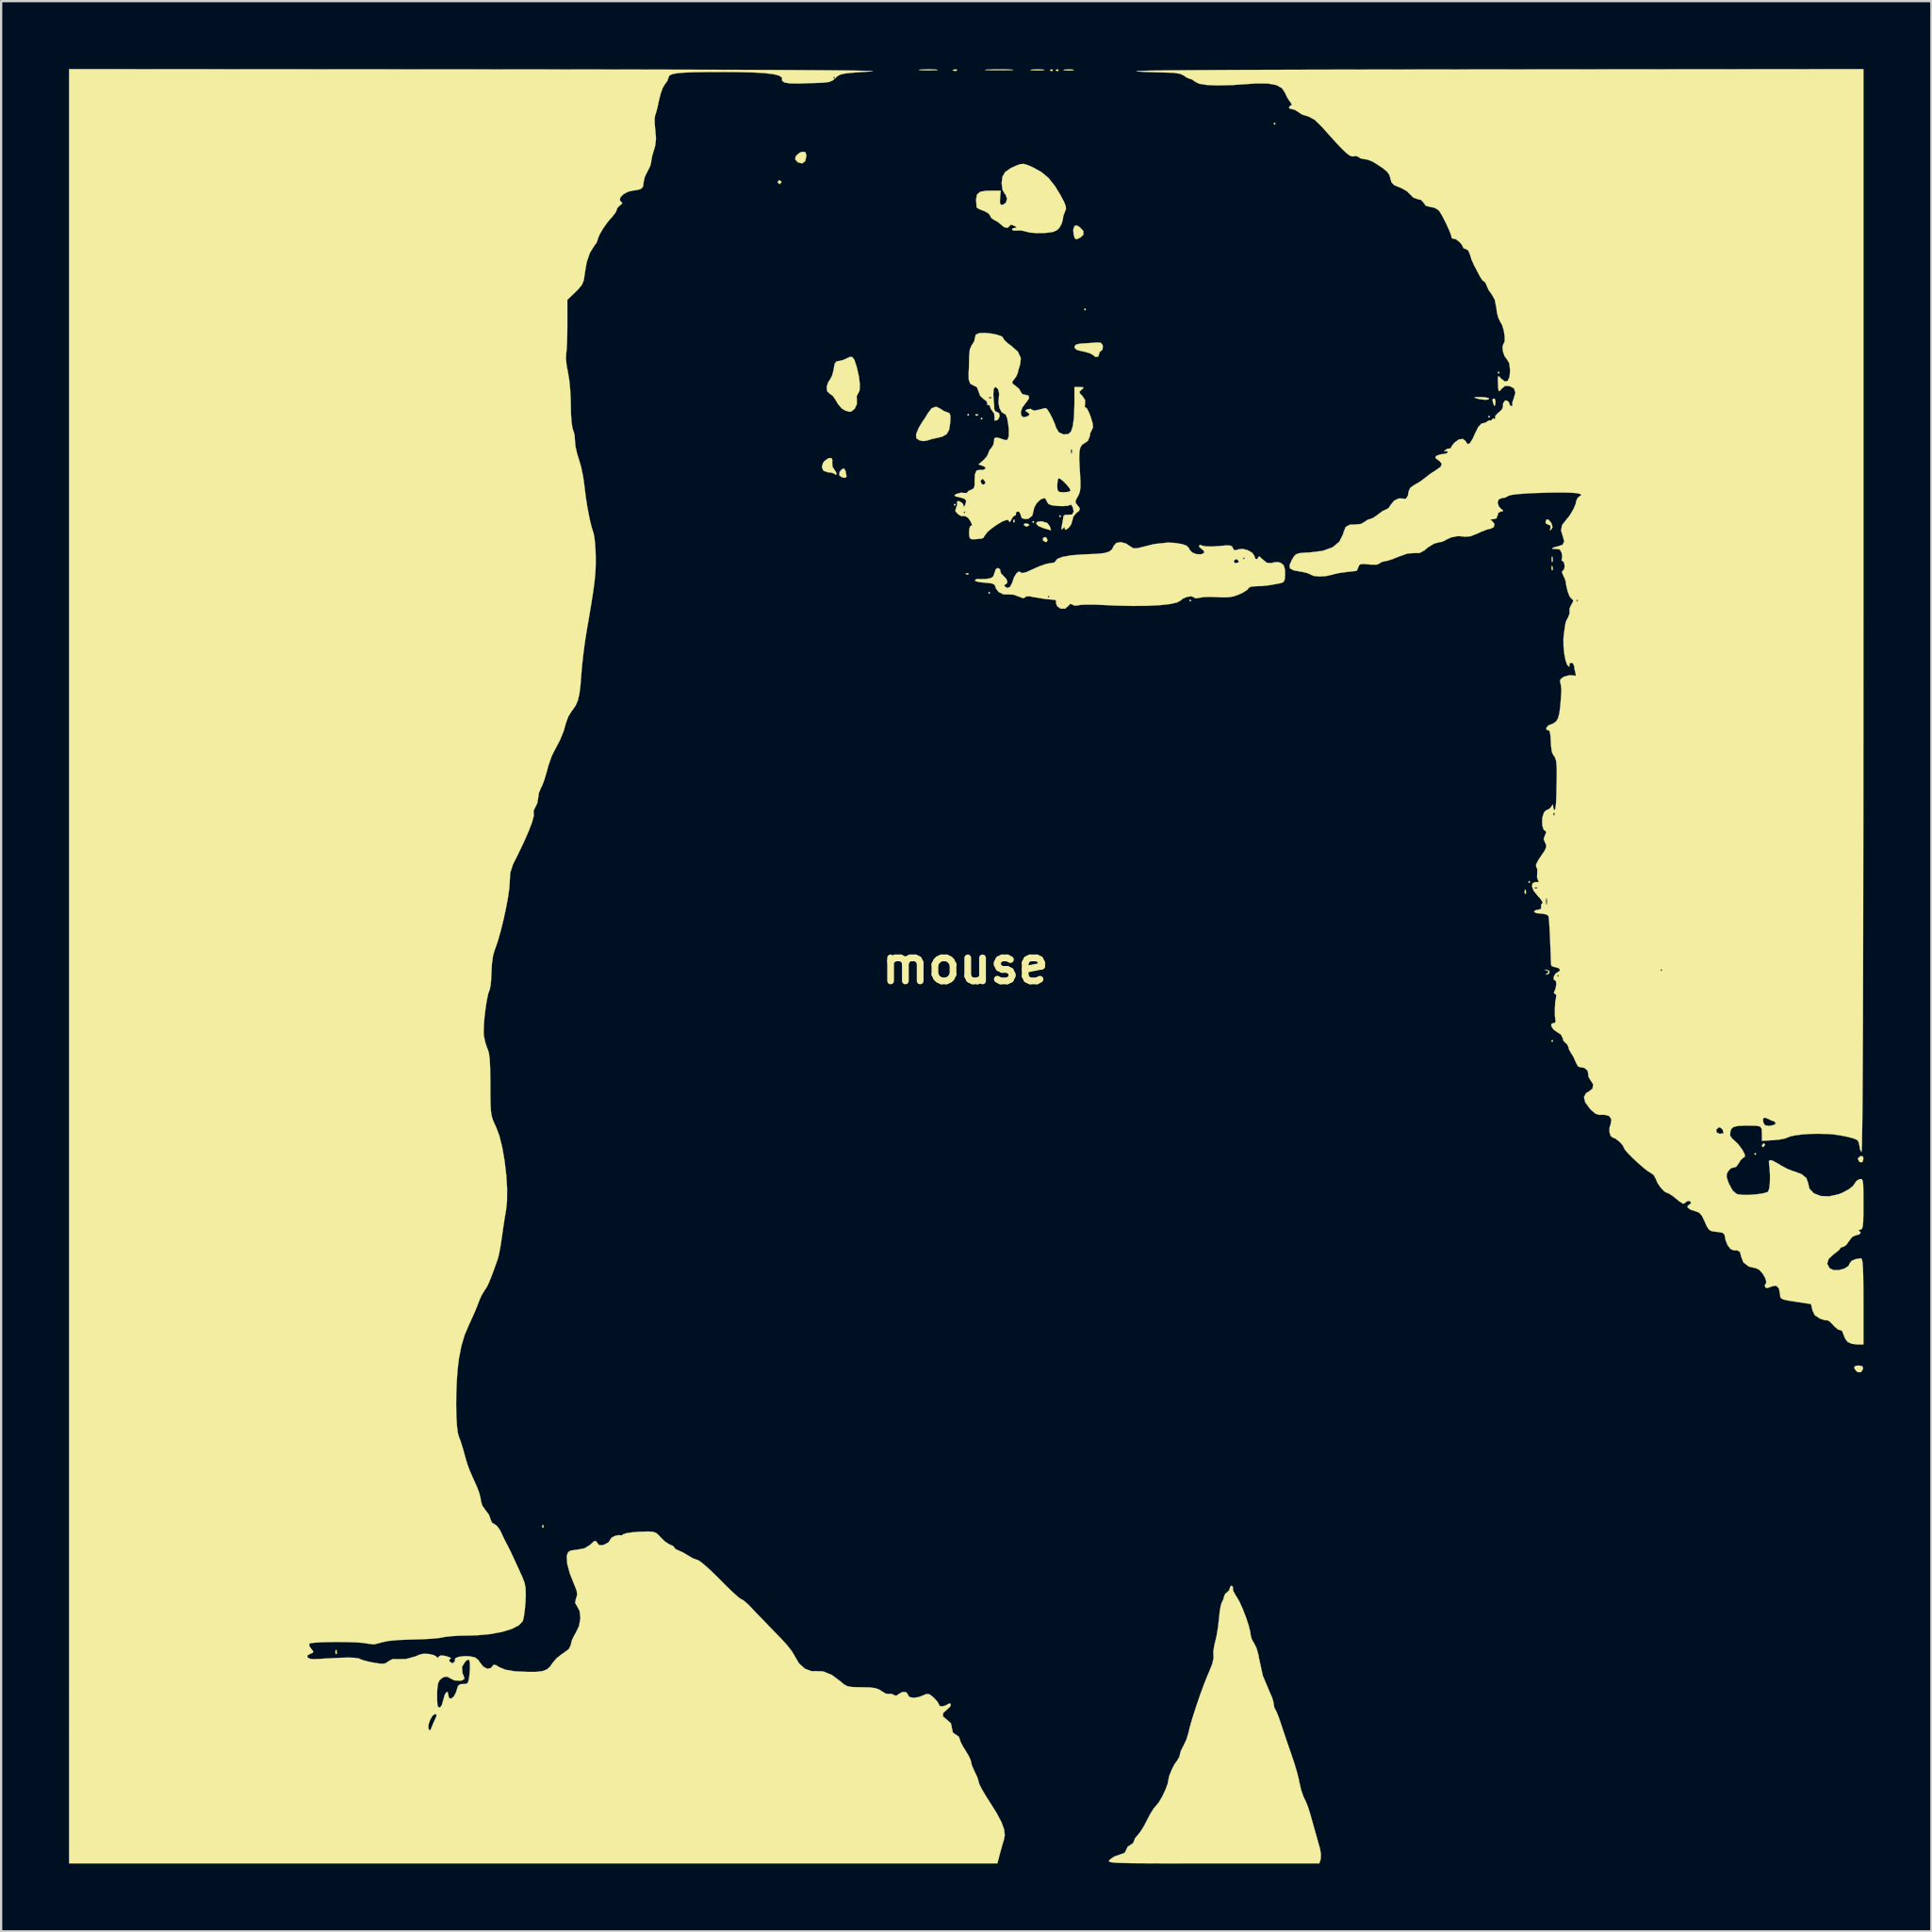
<source format=kicad_pcb>
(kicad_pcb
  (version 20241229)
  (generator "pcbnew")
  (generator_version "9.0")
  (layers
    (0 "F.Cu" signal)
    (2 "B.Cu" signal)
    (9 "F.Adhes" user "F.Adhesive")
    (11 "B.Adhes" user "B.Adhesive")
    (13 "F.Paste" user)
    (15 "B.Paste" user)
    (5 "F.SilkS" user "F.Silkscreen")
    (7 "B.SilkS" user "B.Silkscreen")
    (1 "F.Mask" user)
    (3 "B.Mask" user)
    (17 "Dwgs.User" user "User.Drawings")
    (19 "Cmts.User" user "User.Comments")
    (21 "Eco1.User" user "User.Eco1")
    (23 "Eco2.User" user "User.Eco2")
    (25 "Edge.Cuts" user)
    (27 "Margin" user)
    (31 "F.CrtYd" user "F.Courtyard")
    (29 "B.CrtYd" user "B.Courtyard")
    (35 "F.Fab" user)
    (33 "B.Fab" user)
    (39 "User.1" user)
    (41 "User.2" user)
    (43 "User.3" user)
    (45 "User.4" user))
  (footprint "mouse"
    (layer "F.Cu")
    (at 39.629 39.629)
    (property "Reference" "mouse" (at 0 0 0) (layer "F.SilkS") (effects (font (size 1.524 1.524) (thickness 0.3))))
    (attr through_hole)
    (fp_poly (pts (xy -0.423 -20.362) (xy -0.466 -20.32) (xy -0.508 -20.362) (xy -0.466 -20.405) (xy -0.423 -20.362)) (stroke (width 0.01) (type solid)) (fill yes) (layer "F.SilkS"))
    (fp_poly (pts (xy 0.169 -24.342) (xy 0.127 -24.299) (xy 0.085 -24.342) (xy 0.127 -24.384) (xy 0.169 -24.342)) (stroke (width 0.01) (type solid)) (fill yes) (layer "F.SilkS"))
    (fp_poly (pts (xy 0.762 -24.172) (xy 0.72 -24.13) (xy 0.677 -24.172) (xy 0.72 -24.215) (xy 0.762 -24.172)) (stroke (width 0.01) (type solid)) (fill yes) (layer "F.SilkS"))
    (fp_poly (pts (xy 1.101 -16.468) (xy 1.058 -16.425) (xy 1.016 -16.468) (xy 1.058 -16.51) (xy 1.101 -16.468)) (stroke (width 0.01) (type solid)) (fill yes) (layer "F.SilkS"))
    (fp_poly (pts (xy 3.048 -19.6) (xy 3.006 -19.558) (xy 2.963 -19.6) (xy 3.006 -19.643) (xy 3.048 -19.6)) (stroke (width 0.01) (type solid)) (fill yes) (layer "F.SilkS"))
    (fp_poly (pts (xy 4.233 -19.854) (xy 4.191 -19.812) (xy 4.149 -19.854) (xy 4.191 -19.897) (xy 4.233 -19.854)) (stroke (width 0.01) (type solid)) (fill yes) (layer "F.SilkS"))
    (fp_poly (pts (xy 5.334 -28.998) (xy 5.292 -28.956) (xy 5.249 -28.998) (xy 5.292 -29.041) (xy 5.334 -28.998)) (stroke (width 0.01) (type solid)) (fill yes) (layer "F.SilkS"))
    (fp_poly (pts (xy 9.991 -16.129) (xy 9.948 -16.087) (xy 9.906 -16.129) (xy 9.948 -16.171) (xy 9.991 -16.129)) (stroke (width 0.01) (type solid)) (fill yes) (layer "F.SilkS"))
    (fp_poly (pts (xy 13.716 -37.211) (xy 13.674 -37.169) (xy 13.631 -37.211) (xy 13.674 -37.253) (xy 13.716 -37.211)) (stroke (width 0.01) (type solid)) (fill yes) (layer "F.SilkS"))
    (fp_poly (pts (xy 23.199 -24.257) (xy 23.156 -24.215) (xy 23.114 -24.257) (xy 23.156 -24.299) (xy 23.199 -24.257)) (stroke (width 0.01) (type solid)) (fill yes) (layer "F.SilkS"))
    (fp_poly (pts (xy 23.622 -26.204) (xy 23.58 -26.162) (xy 23.537 -26.204) (xy 23.58 -26.247) (xy 23.622 -26.204)) (stroke (width 0.01) (type solid)) (fill yes) (layer "F.SilkS"))
    (fp_poly (pts (xy 24.977 -3.683) (xy 24.934 -3.641) (xy 24.892 -3.683) (xy 24.934 -3.725) (xy 24.977 -3.683)) (stroke (width 0.01) (type solid)) (fill yes) (layer "F.SilkS"))
    (fp_poly (pts (xy 25.993 3.344) (xy 25.95 3.387) (xy 25.908 3.344) (xy 25.95 3.302) (xy 25.993 3.344)) (stroke (width 0.01) (type solid)) (fill yes) (layer "F.SilkS"))
    (fp_poly (pts (xy 34.967 8.34) (xy 34.925 8.382) (xy 34.883 8.34) (xy 34.925 8.297) (xy 34.967 8.34)) (stroke (width 0.01) (type solid)) (fill yes) (layer "F.SilkS"))
    (fp_poly (pts (xy -27.797 30.295) (xy -27.787 30.427) (xy -27.804 30.457) (xy -27.843 30.432) (xy -27.849 30.346) (xy -27.828 30.256) (xy -27.797 30.295)) (stroke (width 0.01) (type solid)) (fill yes) (layer "F.SilkS"))
    (fp_poly (pts (xy -18.655 24.751) (xy -18.645 24.851) (xy -18.655 24.864) (xy -18.705 24.852) (xy -18.711 24.807) (xy -18.68 24.738) (xy -18.655 24.751)) (stroke (width 0.01) (type solid)) (fill yes) (layer "F.SilkS"))
    (fp_poly (pts (xy -0.362 -39.59) (xy -0.387 -39.552) (xy -0.473 -39.546) (xy -0.563 -39.567) (xy -0.524 -39.597) (xy -0.392 -39.607) (xy -0.362 -39.59)) (stroke (width 0.01) (type solid)) (fill yes) (layer "F.SilkS"))
    (fp_poly (pts (xy 0.141 -17.328) (xy 0.129 -17.278) (xy 0.085 -17.272) (xy 0.015 -17.303) (xy 0.028 -17.328) (xy 0.129 -17.339) (xy 0.141 -17.328)) (stroke (width 0.01) (type solid)) (fill yes) (layer "F.SilkS"))
    (fp_poly (pts (xy 0.564 -24.356) (xy 0.553 -24.305) (xy 0.508 -24.299) (xy 0.438 -24.33) (xy 0.452 -24.356) (xy 0.552 -24.366) (xy 0.564 -24.356)) (stroke (width 0.01) (type solid)) (fill yes) (layer "F.SilkS"))
    (fp_poly (pts (xy 2.173 -19.699) (xy 2.183 -19.599) (xy 2.173 -19.586) (xy 2.123 -19.598) (xy 2.117 -19.643) (xy 2.148 -19.712) (xy 2.173 -19.699)) (stroke (width 0.01) (type solid)) (fill yes) (layer "F.SilkS"))
    (fp_poly (pts (xy 3.866 -39.596) (xy 3.855 -39.545) (xy 3.81 -39.539) (xy 3.74 -39.57) (xy 3.754 -39.596) (xy 3.854 -39.606) (xy 3.866 -39.596)) (stroke (width 0.01) (type solid)) (fill yes) (layer "F.SilkS"))
    (fp_poly (pts (xy 4.12 -39.596) (xy 4.109 -39.545) (xy 4.064 -39.539) (xy 3.994 -39.57) (xy 4.008 -39.596) (xy 4.108 -39.606) (xy 4.12 -39.596)) (stroke (width 0.01) (type solid)) (fill yes) (layer "F.SilkS"))
    (fp_poly (pts (xy 24.781 -3.318) (xy 24.791 -3.186) (xy 24.774 -3.156) (xy 24.735 -3.181) (xy 24.729 -3.267) (xy 24.75 -3.357) (xy 24.781 -3.318)) (stroke (width 0.01) (type solid)) (fill yes) (layer "F.SilkS"))
    (fp_poly (pts (xy 25.964 -18.055) (xy 25.975 -17.882) (xy 25.964 -17.843) (xy 25.933 -17.833) (xy 25.921 -17.949) (xy 25.935 -18.07) (xy 25.964 -18.055)) (stroke (width 0.01) (type solid)) (fill yes) (layer "F.SilkS"))
    (fp_poly (pts (xy 25.966 -17.627) (xy 25.976 -17.494) (xy 25.959 -17.464) (xy 25.921 -17.49) (xy 25.915 -17.575) (xy 25.935 -17.666) (xy 25.966 -17.627)) (stroke (width 0.01) (type solid)) (fill yes) (layer "F.SilkS"))
    (fp_poly (pts (xy 2.818 -19.498) (xy 2.825 -19.456) (xy 2.71 -19.391) (xy 2.59 -19.461) (xy 2.586 -19.468) (xy 2.612 -19.527) (xy 2.702 -19.535) (xy 2.818 -19.498)) (stroke (width 0.01) (type solid)) (fill yes) (layer "F.SilkS"))
    (fp_poly (pts (xy -8.13 -34.649) (xy -8.128 -34.629) (xy -8.192 -34.546) (xy -8.213 -34.544) (xy -8.295 -34.608) (xy -8.297 -34.629) (xy -8.233 -34.711) (xy -8.213 -34.713) (xy -8.13 -34.649)) (stroke (width 0.01) (type solid)) (fill yes) (layer "F.SilkS"))
    (fp_poly (pts (xy 3.587 -18.907) (xy 3.639 -18.79) (xy 3.585 -18.714) (xy 3.561 -18.711) (xy 3.446 -18.773) (xy 3.433 -18.79) (xy 3.437 -18.891) (xy 3.526 -18.934) (xy 3.587 -18.907)) (stroke (width 0.01) (type solid)) (fill yes) (layer "F.SilkS"))
    (fp_poly (pts (xy 4.763 -39.599) (xy 4.803 -39.578) (xy 4.696 -39.565) (xy 4.572 -39.562) (xy 4.389 -39.569) (xy 4.339 -39.586) (xy 4.381 -39.599) (xy 4.628 -39.613) (xy 4.763 -39.599)) (stroke (width 0.01) (type solid)) (fill yes) (layer "F.SilkS"))
    (fp_poly (pts (xy 23.443 -24.949) (xy 23.436 -24.835) (xy 23.407 -24.728) (xy 23.368 -24.777) (xy 23.342 -24.841) (xy 23.31 -24.991) (xy 23.324 -25.045) (xy 23.401 -25.056) (xy 23.443 -24.949)) (stroke (width 0.01) (type solid)) (fill yes) (layer "F.SilkS"))
    (fp_poly (pts (xy 35.362 7.926) (xy 35.348 7.959) (xy 35.272 8.039) (xy 35.259 8.043) (xy 35.222 7.978) (xy 35.221 7.959) (xy 35.286 7.877) (xy 35.311 7.874) (xy 35.362 7.926)) (stroke (width 0.01) (type solid)) (fill yes) (layer "F.SilkS"))
    (fp_poly (pts (xy 39.665 17.728) (xy 39.694 17.836) (xy 39.608 17.987) (xy 39.465 17.99) (xy 39.388 17.933) (xy 39.292 17.791) (xy 39.353 17.713) (xy 39.503 17.695) (xy 39.665 17.728)) (stroke (width 0.01) (type solid)) (fill yes) (layer "F.SilkS"))
    (fp_poly (pts (xy 39.686 8.45) (xy 39.709 8.554) (xy 39.666 8.7) (xy 39.559 8.703) (xy 39.511 8.664) (xy 39.46 8.538) (xy 39.573 8.439) (xy 39.582 8.436) (xy 39.686 8.45)) (stroke (width 0.01) (type solid)) (fill yes) (layer "F.SilkS"))
    (fp_poly (pts (xy -5.308 -21.885) (xy -5.285 -21.805) (xy -5.251 -21.618) (xy -5.298 -21.553) (xy -5.44 -21.569) (xy -5.569 -21.658) (xy -5.563 -21.805) (xy -5.464 -21.926) (xy -5.368 -21.972) (xy -5.308 -21.885)) (stroke (width 0.01) (type solid)) (fill yes) (layer "F.SilkS"))
    (fp_poly (pts (xy 3.452 -39.6) (xy 3.498 -39.582) (xy 3.398 -39.57) (xy 3.175 -39.566) (xy 2.958 -39.571) (xy 2.874 -39.583) (xy 2.942 -39.6) (xy 2.944 -39.601) (xy 3.22 -39.615) (xy 3.452 -39.6)) (stroke (width 0.01) (type solid)) (fill yes) (layer "F.SilkS"))
    (fp_poly (pts (xy 22.986 -25.112) (xy 23.135 -25.078) (xy 23.156 -25.062) (xy 23.122 -25.015) (xy 22.972 -25.004) (xy 22.755 -25.029) (xy 22.606 -25.064) (xy 22.507 -25.101) (xy 22.553 -25.119) (xy 22.755 -25.125) (xy 22.986 -25.112)) (stroke (width 0.01) (type solid)) (fill yes) (layer "F.SilkS"))
    (fp_poly (pts (xy -1.331 -39.605) (xy -1.289 -39.601) (xy -1.22 -39.586) (xy -1.302 -39.575) (xy -1.516 -39.569) (xy -1.651 -39.568) (xy -1.913 -39.572) (xy -2.044 -39.581) (xy -2.029 -39.594) (xy -1.966 -39.601) (xy -1.646 -39.615) (xy -1.331 -39.605)) (stroke (width 0.01) (type solid)) (fill yes) (layer "F.SilkS"))
    (fp_poly (pts (xy 4.982 -32.686) (xy 5.062 -32.634) (xy 5.222 -32.462) (xy 5.221 -32.299) (xy 5.086 -32.176) (xy 4.922 -32.101) (xy 4.843 -32.138) (xy 4.79 -32.304) (xy 4.774 -32.513) (xy 4.805 -32.642) (xy 4.876 -32.718) (xy 4.982 -32.686)) (stroke (width 0.01) (type solid)) (fill yes) (layer "F.SilkS"))
    (fp_poly (pts (xy 25.682 0.197) (xy 25.71 0.199) (xy 25.83 0.258) (xy 25.817 0.355) (xy 25.724 0.406) (xy 25.662 0.41) (xy 25.73 0.354) (xy 25.799 0.279) (xy 25.709 0.23) (xy 25.707 0.229) (xy 25.612 0.196) (xy 25.682 0.197)) (stroke (width 0.01) (type solid)) (fill yes) (layer "F.SilkS"))
    (fp_poly (pts (xy -7.071 -35.953) (xy -7.028 -35.823) (xy -7.027 -35.788) (xy -7.077 -35.56) (xy -7.206 -35.455) (xy -7.384 -35.493) (xy -7.415 -35.514) (xy -7.525 -35.636) (xy -7.493 -35.773) (xy -7.484 -35.788) (xy -7.327 -35.926) (xy -7.209 -35.968) (xy -7.071 -35.953)) (stroke (width 0.01) (type solid)) (fill yes) (layer "F.SilkS"))
    (fp_poly (pts (xy 3.399 -19.627) (xy 3.632 -19.551) (xy 3.735 -19.41) (xy 3.781 -19.269) (xy 3.786 -19.23) (xy 3.701 -19.257) (xy 3.513 -19.312) (xy 3.45 -19.33) (xy 3.229 -19.423) (xy 3.134 -19.525) (xy 3.172 -19.604) (xy 3.347 -19.631) (xy 3.399 -19.627)) (stroke (width 0.01) (type solid)) (fill yes) (layer "F.SilkS"))
    (fp_poly (pts (xy 25.794 -19.697) (xy 25.909 -19.557) (xy 25.913 -19.549) (xy 25.965 -19.377) (xy 25.911 -19.274) (xy 25.847 -19.23) (xy 25.87 -19.325) (xy 25.873 -19.448) (xy 25.79 -19.473) (xy 25.672 -19.537) (xy 25.654 -19.6) (xy 25.696 -19.715) (xy 25.794 -19.697)) (stroke (width 0.01) (type solid)) (fill yes) (layer "F.SilkS"))
    (fp_poly (pts (xy 1.801 -39.611) (xy 2.014 -39.602) (xy 2.12 -39.591) (xy 2.072 -39.581) (xy 1.884 -39.575) (xy 1.571 -39.572) (xy 1.482 -39.572) (xy 1.146 -39.574) (xy 0.937 -39.58) (xy 0.868 -39.588) (xy 0.951 -39.599) (xy 0.998 -39.602) (xy 1.387 -39.614) (xy 1.801 -39.611)) (stroke (width 0.01) (type solid)) (fill yes) (layer "F.SilkS"))
    (fp_poly (pts (xy -5.873 -22.335) (xy -5.886 -22.261) (xy -5.872 -22.042) (xy -5.794 -21.922) (xy -5.709 -21.794) (xy -5.691 -21.703) (xy -5.741 -21.695) (xy -5.789 -21.734) (xy -5.91 -21.78) (xy -6.078 -21.798) (xy -6.266 -21.863) (xy -6.342 -22.017) (xy -6.292 -22.209) (xy -6.221 -22.299) (xy -6.052 -22.419) (xy -5.922 -22.43) (xy -5.873 -22.335)) (stroke (width 0.01) (type solid)) (fill yes) (layer "F.SilkS"))
    (fp_poly (pts (xy 5.986 -27.528) (xy 6.066 -27.438) (xy 6.081 -27.369) (xy 6.068 -27.221) (xy 6.017 -27.178) (xy 5.936 -27.11) (xy 5.927 -27.056) (xy 5.875 -26.908) (xy 5.756 -26.897) (xy 5.675 -26.963) (xy 5.533 -27.05) (xy 5.297 -27.123) (xy 5.2 -27.141) (xy 4.945 -27.202) (xy 4.835 -27.291) (xy 4.826 -27.336) (xy 4.874 -27.431) (xy 5.04 -27.481) (xy 5.186 -27.493) (xy 5.484 -27.511) (xy 5.758 -27.532) (xy 5.8 -27.535) (xy 5.986 -27.528)) (stroke (width 0.01) (type solid)) (fill yes) (layer "F.SilkS"))
    (fp_poly (pts (xy -1.127 -24.622) (xy -0.933 -24.499) (xy -0.804 -24.455) (xy -0.704 -24.413) (xy -0.66 -24.309) (xy -0.659 -24.097) (xy -0.665 -24.008) (xy -0.713 -23.683) (xy -0.822 -23.484) (xy -1.026 -23.37) (xy -1.237 -23.321) (xy -1.483 -23.266) (xy -1.67 -23.208) (xy -1.693 -23.198) (xy -1.867 -23.176) (xy -2.02 -23.209) (xy -2.16 -23.295) (xy -2.178 -23.439) (xy -2.162 -23.512) (xy -2.072 -23.738) (xy -1.931 -23.981) (xy -1.921 -23.996) (xy -1.772 -24.215) (xy -1.658 -24.403) (xy -1.651 -24.416) (xy -1.483 -24.633) (xy -1.294 -24.699) (xy -1.127 -24.622)) (stroke (width 0.01) (type solid)) (fill yes) (layer "F.SilkS"))
    (fp_poly (pts (xy -4.99 -26.89) (xy -4.903 -26.766) (xy -4.816 -26.504) (xy -4.795 -26.432) (xy -4.702 -26.025) (xy -4.662 -25.673) (xy -4.676 -25.41) (xy -4.746 -25.27) (xy -4.749 -25.268) (xy -4.805 -25.151) (xy -4.797 -25.043) (xy -4.796 -24.812) (xy -4.89 -24.605) (xy -5.044 -24.483) (xy -5.115 -24.471) (xy -5.315 -24.528) (xy -5.461 -24.62) (xy -5.626 -24.811) (xy -5.731 -24.99) (xy -5.856 -25.173) (xy -5.988 -25.266) (xy -6.107 -25.379) (xy -6.13 -25.573) (xy -6.058 -25.79) (xy -5.988 -25.887) (xy -5.889 -26.069) (xy -5.822 -26.325) (xy -5.816 -26.376) (xy -5.773 -26.603) (xy -5.692 -26.701) (xy -5.621 -26.713) (xy -5.421 -26.755) (xy -5.276 -26.819) (xy -5.104 -26.9) (xy -4.99 -26.89)) (stroke (width 0.01) (type solid)) (fill yes) (layer "F.SilkS"))
    (fp_poly (pts (xy 2.753 -35.384) (xy 2.99 -35.28) (xy 3.372 -35.068) (xy 3.685 -34.805) (xy 3.966 -34.45) (xy 4.21 -34.05) (xy 4.367 -33.753) (xy 4.444 -33.558) (xy 4.45 -33.427) (xy 4.416 -33.349) (xy 4.334 -33.132) (xy 4.316 -33) (xy 4.264 -32.791) (xy 4.161 -32.609) (xy 4.042 -32.494) (xy 3.875 -32.425) (xy 3.609 -32.387) (xy 3.464 -32.377) (xy 3.143 -32.373) (xy 2.861 -32.396) (xy 2.709 -32.433) (xy 2.474 -32.489) (xy 2.305 -32.487) (xy 2.137 -32.486) (xy 2.067 -32.523) (xy 2.096 -32.585) (xy 2.175 -32.599) (xy 2.276 -32.61) (xy 2.233 -32.656) (xy 2.164 -32.697) (xy 2.023 -32.75) (xy 1.966 -32.695) (xy 1.868 -32.604) (xy 1.716 -32.635) (xy 1.601 -32.732) (xy 1.431 -32.872) (xy 1.295 -32.942) (xy 1.145 -33.043) (xy 1.101 -33.138) (xy 1.028 -33.242) (xy 0.849 -33.343) (xy 0.804 -33.359) (xy 0.609 -33.436) (xy 0.506 -33.503) (xy 0.501 -33.513) (xy 0.476 -33.865) (xy 0.519 -34.084) (xy 0.657 -34.2) (xy 0.915 -34.243) (xy 1.106 -34.248) (xy 1.566 -34.248) (xy 1.538 -33.923) (xy 1.531 -33.712) (xy 1.572 -33.628) (xy 1.665 -33.627) (xy 1.801 -33.723) (xy 1.844 -33.895) (xy 1.783 -34.072) (xy 1.74 -34.117) (xy 1.645 -34.289) (xy 1.609 -34.572) (xy 1.609 -34.584) (xy 1.642 -34.865) (xy 1.762 -35.071) (xy 1.999 -35.241) (xy 2.231 -35.349) (xy 2.424 -35.42) (xy 2.576 -35.434) (xy 2.753 -35.384)) (stroke (width 0.01) (type solid)) (fill yes) (layer "F.SilkS"))
    (fp_poly (pts (xy 11.836 27.492) (xy 11.829 27.538) (xy 11.851 27.668) (xy 11.954 27.86) (xy 11.993 27.915) (xy 12.122 28.137) (xy 12.267 28.457) (xy 12.409 28.822) (xy 12.526 29.178) (xy 12.6 29.472) (xy 12.615 29.601) (xy 12.666 29.798) (xy 12.772 29.982) (xy 12.873 30.181) (xy 12.957 30.47) (xy 12.989 30.649) (xy 13.154 31.407) (xy 13.457 32.128) (xy 13.566 32.375) (xy 13.627 32.59) (xy 13.631 32.64) (xy 13.664 32.822) (xy 13.705 32.897) (xy 13.767 33.015) (xy 13.858 33.244) (xy 13.955 33.528) (xy 14.065 33.86) (xy 14.207 34.28) (xy 14.358 34.719) (xy 14.422 34.9) (xy 14.554 35.298) (xy 14.669 35.685) (xy 14.749 36.003) (xy 14.772 36.125) (xy 14.844 36.444) (xy 14.95 36.751) (xy 14.986 36.827) (xy 15.055 36.968) (xy 15.115 37.109) (xy 15.176 37.283) (xy 15.251 37.525) (xy 15.349 37.87) (xy 15.449 38.227) (xy 15.542 38.559) (xy 15.631 38.875) (xy 15.679 39.04) (xy 15.723 39.293) (xy 15.715 39.508) (xy 15.71 39.527) (xy 15.652 39.709) (xy 10.946 39.709) (xy 9.935 39.709) (xy 9.081 39.708) (xy 8.371 39.706) (xy 7.792 39.703) (xy 7.331 39.699) (xy 6.977 39.691) (xy 6.716 39.681) (xy 6.535 39.668) (xy 6.422 39.651) (xy 6.365 39.629) (xy 6.35 39.603) (xy 6.364 39.572) (xy 6.391 39.541) (xy 6.581 39.407) (xy 6.827 39.32) (xy 6.827 39.32) (xy 7.042 39.244) (xy 7.112 39.118) (xy 7.112 39.112) (xy 7.183 38.965) (xy 7.281 38.904) (xy 7.419 38.812) (xy 7.451 38.733) (xy 7.508 38.592) (xy 7.626 38.452) (xy 7.755 38.289) (xy 7.912 38.032) (xy 8.036 37.792) (xy 8.183 37.511) (xy 8.328 37.282) (xy 8.424 37.169) (xy 8.557 37.006) (xy 8.709 36.746) (xy 8.849 36.452) (xy 8.947 36.186) (xy 8.974 36.038) (xy 9.017 35.838) (xy 9.122 35.573) (xy 9.255 35.316) (xy 9.374 35.152) (xy 9.469 34.987) (xy 9.483 34.908) (xy 9.525 34.75) (xy 9.627 34.538) (xy 9.643 34.512) (xy 9.774 34.236) (xy 9.861 33.951) (xy 9.935 33.647) (xy 10.057 33.232) (xy 10.211 32.754) (xy 10.38 32.26) (xy 10.549 31.797) (xy 10.702 31.412) (xy 10.771 31.256) (xy 10.916 30.897) (xy 10.978 30.627) (xy 10.973 30.526) (xy 10.968 30.333) (xy 11.01 30.061) (xy 11.046 29.92) (xy 11.115 29.618) (xy 11.178 29.233) (xy 11.217 28.873) (xy 11.251 28.555) (xy 11.296 28.303) (xy 11.342 28.165) (xy 11.348 28.157) (xy 11.421 28.006) (xy 11.43 27.932) (xy 11.495 27.782) (xy 11.557 27.74) (xy 11.67 27.627) (xy 11.684 27.562) (xy 11.733 27.447) (xy 11.776 27.432) (xy 11.836 27.492)) (stroke (width 0.01) (type solid)) (fill yes) (layer "F.SilkS"))
    (fp_poly (pts (xy 7.108 -18.648) (xy 7.257 -18.546) (xy 7.435 -18.433) (xy 7.639 -18.445) (xy 7.675 -18.456) (xy 8.36 -18.626) (xy 8.953 -18.69) (xy 9.256 -18.675) (xy 9.577 -18.624) (xy 9.771 -18.559) (xy 9.88 -18.459) (xy 9.926 -18.363) (xy 10.04 -18.248) (xy 10.217 -18.179) (xy 10.423 -18.171) (xy 10.548 -18.223) (xy 10.56 -18.31) (xy 10.477 -18.382) (xy 10.355 -18.488) (xy 10.329 -18.549) (xy 10.387 -18.589) (xy 10.477 -18.554) (xy 10.639 -18.521) (xy 10.912 -18.515) (xy 11.209 -18.535) (xy 11.52 -18.562) (xy 11.702 -18.56) (xy 11.793 -18.523) (xy 11.831 -18.447) (xy 11.89 -18.349) (xy 12.017 -18.367) (xy 12.062 -18.387) (xy 12.26 -18.411) (xy 12.488 -18.354) (xy 12.683 -18.242) (xy 12.782 -18.101) (xy 12.785 -18.074) (xy 12.831 -17.967) (xy 12.916 -17.963) (xy 12.957 -18.055) (xy 13.003 -18.076) (xy 13.11 -17.981) (xy 13.113 -17.977) (xy 13.324 -17.8) (xy 13.547 -17.782) (xy 13.646 -17.816) (xy 13.829 -17.828) (xy 13.963 -17.784) (xy 14.081 -17.678) (xy 14.132 -17.495) (xy 14.139 -17.313) (xy 14.127 -17.073) (xy 14.074 -16.951) (xy 13.958 -16.899) (xy 13.949 -16.897) (xy 13.474 -16.809) (xy 13.106 -16.767) (xy 12.848 -16.761) (xy 12.644 -16.744) (xy 12.536 -16.693) (xy 12.531 -16.677) (xy 12.46 -16.593) (xy 12.278 -16.48) (xy 12.135 -16.41) (xy 11.867 -16.311) (xy 11.599 -16.268) (xy 11.258 -16.271) (xy 11.141 -16.278) (xy 10.813 -16.29) (xy 10.529 -16.279) (xy 10.354 -16.249) (xy 10.176 -16.224) (xy 10.111 -16.266) (xy 9.995 -16.315) (xy 9.807 -16.291) (xy 9.616 -16.211) (xy 9.518 -16.127) (xy 9.363 -16.041) (xy 9.058 -15.973) (xy 8.62 -15.924) (xy 8.066 -15.896) (xy 7.414 -15.889) (xy 6.681 -15.904) (xy 6.087 -15.931) (xy 5.688 -15.947) (xy 5.346 -15.948) (xy 5.099 -15.936) (xy 4.99 -15.914) (xy 4.827 -15.9) (xy 4.757 -15.939) (xy 4.643 -15.984) (xy 4.56 -15.892) (xy 4.409 -15.768) (xy 4.214 -15.77) (xy 4.067 -15.871) (xy 4.006 -16.015) (xy 4.019 -16.083) (xy 3.99 -16.147) (xy 3.82 -16.171) (xy 3.819 -16.171) (xy 3.586 -16.189) (xy 3.279 -16.236) (xy 3.119 -16.267) (xy 2.937 -16.298) (xy 3.641 -16.298) (xy 3.683 -16.256) (xy 3.725 -16.298) (xy 3.683 -16.341) (xy 3.641 -16.298) (xy 2.937 -16.298) (xy 2.836 -16.316) (xy 2.686 -16.309) (xy 2.643 -16.268) (xy 2.558 -16.229) (xy 2.359 -16.304) (xy 2.354 -16.307) (xy 2.128 -16.387) (xy 1.935 -16.397) (xy 1.929 -16.396) (xy 1.692 -16.399) (xy 1.476 -16.502) (xy 1.348 -16.67) (xy 1.338 -16.712) (xy 1.298 -16.82) (xy 1.188 -16.88) (xy 0.964 -16.91) (xy 0.868 -16.917) (xy 0.619 -16.943) (xy 0.458 -16.984) (xy 0.423 -17.013) (xy 0.49 -17.076) (xy 0.529 -17.08) (xy 0.891 -17.078) (xy 1.116 -17.112) (xy 1.237 -17.192) (xy 1.285 -17.328) (xy 1.286 -17.335) (xy 1.347 -17.514) (xy 1.439 -17.568) (xy 1.538 -17.508) (xy 1.542 -17.452) (xy 1.585 -17.319) (xy 1.69 -17.214) (xy 1.817 -17.079) (xy 1.862 -16.941) (xy 1.814 -16.856) (xy 1.773 -16.849) (xy 1.722 -16.797) (xy 1.736 -16.764) (xy 1.855 -16.679) (xy 1.982 -16.734) (xy 2.071 -16.908) (xy 2.072 -16.912) (xy 2.153 -17.151) (xy 2.262 -17.33) (xy 2.37 -17.412) (xy 2.442 -17.378) (xy 2.522 -17.34) (xy 2.687 -17.379) (xy 2.965 -17.502) (xy 3.01 -17.524) (xy 3.309 -17.656) (xy 3.581 -17.748) (xy 3.747 -17.777) (xy 3.916 -17.802) (xy 3.979 -17.851) (xy 3.994 -17.871) (xy 11.87 -17.871) (xy 11.91 -17.794) (xy 11.98 -17.78) (xy 12.086 -17.823) (xy 12.091 -17.871) (xy 12.004 -17.958) (xy 11.98 -17.962) (xy 11.881 -17.896) (xy 11.87 -17.871) (xy 3.994 -17.871) (xy 4.061 -17.965) (xy 4.13 -17.992) (xy 12.277 -17.992) (xy 12.319 -17.949) (xy 12.361 -17.992) (xy 12.319 -18.034) (xy 12.277 -17.992) (xy 4.13 -17.992) (xy 4.298 -18.057) (xy 4.676 -18.125) (xy 5.181 -18.165) (xy 5.363 -18.172) (xy 5.823 -18.191) (xy 6.143 -18.226) (xy 6.352 -18.286) (xy 6.479 -18.381) (xy 6.554 -18.52) (xy 6.564 -18.55) (xy 6.68 -18.676) (xy 6.88 -18.709) (xy 7.108 -18.648)) (stroke (width 0.01) (type solid)) (fill yes) (layer "F.SilkS"))
    (fp_poly (pts (xy 1.156 -27.93) (xy 1.409 -27.878) (xy 1.596 -27.815) (xy 1.671 -27.75) (xy 1.67 -27.742) (xy 1.718 -27.65) (xy 1.873 -27.506) (xy 2.026 -27.394) (xy 2.325 -27.129) (xy 2.456 -26.846) (xy 2.419 -26.543) (xy 2.408 -26.515) (xy 2.344 -26.305) (xy 2.331 -26.227) (xy 2.263 -26.052) (xy 2.166 -25.916) (xy 2.073 -25.795) (xy 2.097 -25.71) (xy 2.237 -25.609) (xy 2.392 -25.472) (xy 2.455 -25.348) (xy 2.526 -25.252) (xy 2.62 -25.231) (xy 2.795 -25.19) (xy 2.822 -25.074) (xy 2.7 -24.892) (xy 2.669 -24.859) (xy 2.515 -24.65) (xy 2.454 -24.452) (xy 2.479 -24.299) (xy 2.582 -24.228) (xy 2.756 -24.274) (xy 2.783 -24.291) (xy 2.848 -24.364) (xy 2.763 -24.44) (xy 2.753 -24.446) (xy 2.653 -24.517) (xy 2.708 -24.566) (xy 2.762 -24.588) (xy 2.901 -24.602) (xy 2.945 -24.565) (xy 3.042 -24.525) (xy 3.243 -24.561) (xy 3.441 -24.614) (xy 3.558 -24.638) (xy 3.561 -24.638) (xy 3.634 -24.568) (xy 3.743 -24.392) (xy 3.861 -24.162) (xy 3.961 -23.93) (xy 4.011 -23.776) (xy 4.136 -23.563) (xy 4.355 -23.469) (xy 4.561 -23.491) (xy 4.673 -23.596) (xy 4.753 -23.833) (xy 4.803 -24.213) (xy 4.825 -24.748) (xy 4.826 -24.946) (xy 4.826 -25.569) (xy 5.059 -25.567) (xy 5.213 -25.556) (xy 5.218 -25.513) (xy 5.144 -25.452) (xy 5.049 -25.361) (xy 5.074 -25.277) (xy 5.17 -25.183) (xy 5.298 -24.988) (xy 5.293 -24.825) (xy 5.279 -24.691) (xy 5.315 -24.668) (xy 5.378 -24.62) (xy 5.467 -24.449) (xy 5.544 -24.25) (xy 5.631 -23.96) (xy 5.647 -23.784) (xy 5.603 -23.687) (xy 5.523 -23.528) (xy 5.503 -23.392) (xy 5.426 -23.192) (xy 5.298 -23.102) (xy 5.173 -23.024) (xy 5.091 -22.909) (xy 5.048 -22.726) (xy 5.036 -22.446) (xy 5.053 -22.04) (xy 5.068 -21.813) (xy 5.091 -21.41) (xy 5.092 -21.135) (xy 5.067 -20.945) (xy 5.013 -20.798) (xy 4.974 -20.729) (xy 4.88 -20.55) (xy 4.881 -20.44) (xy 4.951 -20.352) (xy 5.065 -20.203) (xy 5.031 -20.09) (xy 4.911 -20.001) (xy 4.776 -19.838) (xy 4.741 -19.697) (xy 4.68 -19.491) (xy 4.572 -19.346) (xy 4.447 -19.254) (xy 4.403 -19.287) (xy 4.401 -19.312) (xy 4.384 -19.383) (xy 4.314 -19.31) (xy 4.31 -19.304) (xy 4.257 -19.258) (xy 4.256 -19.352) (xy 4.277 -19.473) (xy 4.317 -19.697) (xy 4.34 -19.851) (xy 4.34 -19.861) (xy 4.415 -19.919) (xy 4.534 -19.917) (xy 4.724 -19.93) (xy 4.793 -20.058) (xy 4.755 -20.242) (xy 4.686 -20.359) (xy 4.636 -20.356) (xy 4.532 -20.317) (xy 4.314 -20.301) (xy 4.122 -20.306) (xy 3.84 -20.335) (xy 3.686 -20.389) (xy 3.618 -20.483) (xy 3.614 -20.497) (xy 3.543 -20.63) (xy 3.489 -20.659) (xy 3.317 -20.589) (xy 3.149 -20.422) (xy 3.042 -20.222) (xy 3.029 -20.151) (xy 2.963 -19.882) (xy 2.798 -19.747) (xy 2.657 -19.727) (xy 2.496 -19.771) (xy 2.455 -19.897) (xy 2.4 -20.036) (xy 2.323 -20.066) (xy 2.236 -20.025) (xy 2.244 -19.981) (xy 2.235 -19.903) (xy 2.204 -19.897) (xy 2.105 -19.827) (xy 2.035 -19.706) (xy 1.977 -19.598) (xy 1.953 -19.614) (xy 1.882 -19.692) (xy 1.828 -19.695) (xy 1.651 -19.629) (xy 1.416 -19.493) (xy 1.175 -19.324) (xy 0.98 -19.158) (xy 0.884 -19.033) (xy 0.797 -18.9) (xy 0.735 -18.87) (xy 0.573 -18.853) (xy 0.447 -18.839) (xy 0.279 -18.841) (xy 0.214 -18.864) (xy 0.176 -18.973) (xy 0.167 -19.146) (xy 0.185 -19.319) (xy 0.223 -19.425) (xy 0.253 -19.432) (xy 0.299 -19.441) (xy 0.275 -19.541) (xy 0.201 -19.681) (xy 0.111 -19.796) (xy -0.019 -19.867) (xy -0.08 -19.857) (xy -0.197 -19.868) (xy -0.332 -19.953) (xy -0.39 -20.024) (xy -0.085 -20.024) (xy -0.042 -19.981) (xy 0 -20.024) (xy -0.042 -20.066) (xy -0.085 -20.024) (xy -0.39 -20.024) (xy -0.444 -20.09) (xy -0.412 -20.207) (xy -0.411 -20.208) (xy -0.355 -20.368) (xy -0.365 -20.436) (xy -0.356 -20.52) (xy -0.248 -20.512) (xy -0.11 -20.416) (xy -0.079 -20.331) (xy -0.061 -20.258) (xy -0.013 -20.341) (xy -0.005 -20.362) (xy 0.039 -20.524) (xy -0.018 -20.617) (xy -0.205 -20.679) (xy -0.273 -20.694) (xy -0.448 -20.738) (xy -0.476 -20.783) (xy -0.395 -20.84) (xy -0.191 -20.895) (xy -0.078 -20.886) (xy 0.054 -20.88) (xy 0.085 -20.911) (xy 0.155 -20.983) (xy 0.258 -21.023) (xy 0.372 -21.086) (xy 0.405 -21.195) (xy 4.064 -21.195) (xy 4.078 -21.006) (xy 4.155 -20.928) (xy 4.346 -20.913) (xy 4.36 -20.913) (xy 4.556 -20.932) (xy 4.654 -20.978) (xy 4.657 -20.988) (xy 4.605 -21.098) (xy 4.48 -21.253) (xy 4.326 -21.406) (xy 4.19 -21.513) (xy 4.117 -21.531) (xy 4.081 -21.417) (xy 4.064 -21.212) (xy 4.064 -21.195) (xy 0.405 -21.195) (xy 0.414 -21.226) (xy 0.412 -21.378) (xy 0.677 -21.378) (xy 0.744 -21.266) (xy 0.802 -21.251) (xy 0.887 -21.307) (xy 0.877 -21.378) (xy 0.794 -21.49) (xy 0.753 -21.505) (xy 0.686 -21.437) (xy 0.677 -21.378) (xy 0.412 -21.378) (xy 0.412 -21.397) (xy 0.423 -21.7) (xy 0.495 -21.874) (xy 0.622 -21.903) (xy 0.63 -21.9) (xy 0.789 -21.904) (xy 0.852 -21.932) (xy 0.908 -21.999) (xy 0.814 -22.062) (xy 0.778 -22.076) (xy 0.586 -22.146) (xy 0.801 -22.333) (xy 0.949 -22.494) (xy 1.016 -22.631) (xy 1.016 -22.637) (xy 1.057 -22.74) (xy 4.663 -22.74) (xy 4.679 -22.63) (xy 4.708 -22.629) (xy 4.728 -22.742) (xy 4.715 -22.791) (xy 4.677 -22.823) (xy 4.663 -22.74) (xy 1.057 -22.74) (xy 1.076 -22.786) (xy 1.143 -22.86) (xy 1.243 -23.023) (xy 1.27 -23.172) (xy 1.284 -23.294) (xy 1.352 -23.338) (xy 1.507 -23.309) (xy 1.748 -23.224) (xy 1.865 -23.236) (xy 1.922 -23.39) (xy 1.923 -23.692) (xy 1.904 -23.881) (xy 1.852 -24.194) (xy 1.783 -24.355) (xy 1.725 -24.384) (xy 1.605 -24.458) (xy 1.511 -24.641) (xy 1.466 -24.87) (xy 1.48 -25.044) (xy 1.499 -25.28) (xy 1.448 -25.474) (xy 1.344 -25.567) (xy 1.325 -25.569) (xy 1.255 -25.49) (xy 1.238 -25.254) (xy 1.24 -25.209) (xy 1.255 -24.978) (xy 1.27 -24.829) (xy 1.274 -24.807) (xy 1.28 -24.697) (xy 1.274 -24.617) (xy 1.322 -24.491) (xy 1.392 -24.469) (xy 1.497 -24.408) (xy 1.518 -24.274) (xy 1.456 -24.141) (xy 1.387 -24.095) (xy 1.289 -24.089) (xy 1.292 -24.206) (xy 1.293 -24.21) (xy 1.278 -24.392) (xy 1.219 -24.476) (xy 1.116 -24.623) (xy 1.101 -24.696) (xy 1.057 -24.775) (xy 1.017 -24.766) (xy 0.966 -24.777) (xy 0.976 -24.825) (xy 0.942 -24.938) (xy 0.827 -25.02) (xy 0.722 -25.118) (xy 1.044 -25.118) (xy 1.056 -25.067) (xy 1.101 -25.061) (xy 1.17 -25.092) (xy 1.157 -25.118) (xy 1.057 -25.128) (xy 1.044 -25.118) (xy 0.722 -25.118) (xy 0.656 -25.18) (xy 0.592 -25.358) (xy 0.513 -25.562) (xy 0.359 -25.639) (xy 0.22 -25.711) (xy 0.152 -25.893) (xy 0.147 -26.207) (xy 0.154 -26.289) (xy 0.162 -26.471) (xy 0.168 -26.744) (xy 0.169 -26.893) (xy 0.199 -27.225) (xy 0.282 -27.418) (xy 0.297 -27.433) (xy 0.399 -27.597) (xy 0.423 -27.733) (xy 0.466 -27.886) (xy 0.623 -27.951) (xy 0.656 -27.956) (xy 0.889 -27.959) (xy 1.156 -27.93)) (stroke (width 0.01) (type solid)) (fill yes) (layer "F.SilkS"))
    (fp_poly (pts (xy -21.23 -39.611) (xy -18.945 -39.609) (xy -16.828 -39.607) (xy -14.879 -39.604) (xy -13.095 -39.6) (xy -11.475 -39.596) (xy -10.02 -39.592) (xy -8.727 -39.587) (xy -7.595 -39.581) (xy -6.624 -39.575) (xy -5.811 -39.569) (xy -5.157 -39.562) (xy -4.659 -39.554) (xy -4.317 -39.546) (xy -4.129 -39.537) (xy -4.094 -39.527) (xy -4.189 -39.518) (xy -4.699 -39.487) (xy -5.068 -39.458) (xy -5.324 -39.428) (xy -5.495 -39.39) (xy -5.609 -39.34) (xy -5.694 -39.273) (xy -5.73 -39.235) (xy -5.869 -39.117) (xy -6.046 -39.051) (xy -6.316 -39.021) (xy -6.452 -39.016) (xy -6.814 -39.005) (xy -7.174 -38.993) (xy -7.366 -38.987) (xy -7.761 -38.992) (xy -8.009 -39.037) (xy -8.103 -39.12) (xy -8.098 -39.158) (xy -8.108 -39.243) (xy -5.842 -39.243) (xy -5.8 -39.201) (xy -5.757 -39.243) (xy -5.8 -39.285) (xy -5.842 -39.243) (xy -8.108 -39.243) (xy -8.11 -39.257) (xy -8.238 -39.338) (xy -8.49 -39.401) (xy -8.877 -39.447) (xy -9.406 -39.477) (xy -10.089 -39.493) (xy -10.71 -39.497) (xy -11.427 -39.494) (xy -11.991 -39.486) (xy -12.42 -39.469) (xy -12.73 -39.443) (xy -12.938 -39.405) (xy -13.061 -39.353) (xy -13.116 -39.287) (xy -13.123 -39.241) (xy -13.179 -39.089) (xy -13.278 -38.961) (xy -13.375 -38.799) (xy -13.472 -38.531) (xy -13.538 -38.263) (xy -13.603 -37.961) (xy -13.667 -37.714) (xy -13.711 -37.59) (xy -13.735 -37.442) (xy -13.731 -37.187) (xy -13.707 -36.939) (xy -13.675 -36.55) (xy -13.708 -36.241) (xy -13.76 -36.063) (xy -13.839 -35.8) (xy -13.883 -35.577) (xy -13.886 -35.528) (xy -13.932 -35.336) (xy -14.044 -35.111) (xy -14.055 -35.094) (xy -14.171 -34.855) (xy -14.223 -34.622) (xy -14.223 -34.612) (xy -14.247 -34.427) (xy -14.344 -34.323) (xy -14.554 -34.27) (xy -14.692 -34.255) (xy -14.925 -34.197) (xy -15.124 -34.085) (xy -15.252 -33.951) (xy -15.276 -33.826) (xy -15.23 -33.771) (xy -15.163 -33.696) (xy -15.244 -33.617) (xy -15.261 -33.607) (xy -15.384 -33.485) (xy -15.409 -33.407) (xy -15.465 -33.279) (xy -15.603 -33.1) (xy -15.649 -33.051) (xy -15.834 -32.833) (xy -16.017 -32.571) (xy -16.166 -32.315) (xy -16.248 -32.118) (xy -16.256 -32.069) (xy -16.308 -31.939) (xy -16.399 -31.817) (xy -16.593 -31.509) (xy -16.74 -31.086) (xy -16.824 -30.597) (xy -16.826 -30.576) (xy -16.865 -30.297) (xy -16.945 -30.095) (xy -17.104 -29.898) (xy -17.23 -29.772) (xy -17.595 -29.422) (xy -17.594 -28.349) (xy -17.598 -27.917) (xy -17.61 -27.526) (xy -17.626 -27.218) (xy -17.647 -27.036) (xy -17.648 -27.033) (xy -17.657 -26.822) (xy -17.626 -26.52) (xy -17.573 -26.243) (xy -17.513 -25.895) (xy -17.469 -25.447) (xy -17.445 -24.964) (xy -17.443 -24.781) (xy -17.433 -24.358) (xy -17.407 -24.005) (xy -17.369 -23.759) (xy -17.344 -23.682) (xy -17.28 -23.472) (xy -17.257 -23.209) (xy -17.258 -23.19) (xy -17.235 -22.939) (xy -17.162 -22.616) (xy -17.088 -22.383) (xy -16.987 -22.041) (xy -16.899 -21.621) (xy -16.841 -21.212) (xy -16.841 -21.209) (xy -16.782 -20.718) (xy -16.702 -20.211) (xy -16.609 -19.737) (xy -16.514 -19.345) (xy -16.441 -19.124) (xy -16.402 -18.943) (xy -16.368 -18.644) (xy -16.346 -18.275) (xy -16.341 -18.065) (xy -16.34 -17.78) (xy -16.347 -17.509) (xy -16.366 -17.227) (xy -16.4 -16.907) (xy -16.452 -16.524) (xy -16.526 -16.051) (xy -16.623 -15.464) (xy -16.748 -14.737) (xy -16.749 -14.732) (xy -16.828 -14.225) (xy -16.9 -13.665) (xy -16.955 -13.137) (xy -16.975 -12.886) (xy -17.015 -12.373) (xy -17.063 -11.994) (xy -17.129 -11.713) (xy -17.221 -11.496) (xy -17.349 -11.306) (xy -17.391 -11.255) (xy -17.553 -10.996) (xy -17.658 -10.707) (xy -17.663 -10.687) (xy -17.757 -10.354) (xy -17.916 -9.966) (xy -18.105 -9.602) (xy -18.126 -9.567) (xy -18.284 -9.254) (xy -18.429 -8.84) (xy -18.52 -8.509) (xy -18.609 -8.208) (xy -18.703 -7.955) (xy -18.765 -7.834) (xy -18.852 -7.625) (xy -18.883 -7.411) (xy -18.925 -7.168) (xy -19.008 -6.994) (xy -19.085 -6.842) (xy -19.084 -6.759) (xy -19.078 -6.611) (xy -19.153 -6.33) (xy -19.304 -5.931) (xy -19.525 -5.428) (xy -19.811 -4.834) (xy -19.995 -4.471) (xy -20.119 -4.088) (xy -20.144 -3.667) (xy -20.163 -3.383) (xy -20.222 -2.982) (xy -20.311 -2.506) (xy -20.421 -2.001) (xy -20.543 -1.509) (xy -20.666 -1.075) (xy -20.78 -0.743) (xy -20.806 -0.682) (xy -20.88 -0.422) (xy -20.931 -0.05) (xy -20.949 0.292) (xy -20.963 0.627) (xy -20.991 0.905) (xy -21.026 1.074) (xy -21.035 1.093) (xy -21.096 1.265) (xy -21.158 1.559) (xy -21.214 1.926) (xy -21.26 2.32) (xy -21.288 2.693) (xy -21.294 2.996) (xy -21.284 3.124) (xy -21.222 3.412) (xy -21.137 3.667) (xy -21.113 3.717) (xy -21.064 3.874) (xy -21.029 4.139) (xy -21.008 4.531) (xy -20.999 5.067) (xy -20.998 5.285) (xy -20.997 5.793) (xy -20.99 6.167) (xy -20.974 6.439) (xy -20.943 6.645) (xy -20.893 6.819) (xy -20.819 6.996) (xy -20.744 7.154) (xy -20.598 7.545) (xy -20.471 8.058) (xy -20.369 8.648) (xy -20.296 9.269) (xy -20.258 9.875) (xy -20.262 10.418) (xy -20.304 10.813) (xy -20.369 11.2) (xy -20.438 11.654) (xy -20.496 12.065) (xy -20.55 12.423) (xy -20.611 12.746) (xy -20.667 12.974) (xy -20.675 12.996) (xy -20.845 13.474) (xy -20.975 13.82) (xy -21.074 14.061) (xy -21.157 14.228) (xy -21.234 14.347) (xy -21.253 14.372) (xy -21.388 14.593) (xy -21.504 14.861) (xy -21.512 14.885) (xy -21.596 15.108) (xy -21.73 15.424) (xy -21.889 15.776) (xy -21.938 15.879) (xy -22.136 16.346) (xy -22.277 16.817) (xy -22.384 17.369) (xy -22.396 17.445) (xy -22.447 17.883) (xy -22.484 18.387) (xy -22.505 18.922) (xy -22.51 19.453) (xy -22.501 19.946) (xy -22.476 20.367) (xy -22.435 20.68) (xy -22.393 20.828) (xy -22.32 21.021) (xy -22.228 21.31) (xy -22.149 21.59) (xy -22.075 21.86) (xy -22.006 22.083) (xy -21.923 22.307) (xy -21.807 22.578) (xy -21.642 22.945) (xy -21.599 23.039) (xy -21.493 23.316) (xy -21.429 23.569) (xy -21.421 23.656) (xy -21.358 23.884) (xy -21.209 24.095) (xy -21.064 24.287) (xy -20.998 24.468) (xy -20.997 24.48) (xy -20.926 24.645) (xy -20.834 24.697) (xy -20.696 24.797) (xy -20.56 24.994) (xy -20.534 25.049) (xy -20.412 25.312) (xy -20.293 25.547) (xy -20.28 25.569) (xy -20.209 25.704) (xy -20.115 25.895) (xy -19.988 26.165) (xy -19.815 26.54) (xy -19.586 27.044) (xy -19.571 27.077) (xy -19.484 27.307) (xy -19.441 27.549) (xy -19.434 27.861) (xy -19.446 28.135) (xy -19.474 28.482) (xy -19.515 28.781) (xy -19.559 28.976) (xy -19.569 29.001) (xy -19.74 29.182) (xy -20.054 29.342) (xy -20.485 29.474) (xy -21.007 29.57) (xy -21.594 29.624) (xy -21.968 29.633) (xy -22.365 29.641) (xy -22.728 29.663) (xy -23.004 29.694) (xy -23.099 29.714) (xy -23.291 29.746) (xy -23.608 29.775) (xy -24.008 29.797) (xy -24.445 29.809) (xy -24.453 29.809) (xy -25.065 29.831) (xy -25.524 29.875) (xy -25.823 29.942) (xy -25.841 29.949) (xy -26.141 30.026) (xy -26.42 29.992) (xy -26.434 29.988) (xy -26.614 29.959) (xy -26.908 29.937) (xy -27.278 29.924) (xy -27.687 29.919) (xy -28.097 29.921) (xy -28.471 29.931) (xy -28.772 29.949) (xy -28.961 29.975) (xy -29.005 29.993) (xy -29.003 30.094) (xy -28.921 30.218) (xy -28.825 30.34) (xy -28.856 30.401) (xy -28.954 30.437) (xy -29.092 30.518) (xy -29.085 30.604) (xy -28.956 30.665) (xy -28.779 30.677) (xy -28.565 30.666) (xy -28.239 30.649) (xy -27.857 30.629) (xy -27.687 30.62) (xy -27.317 30.609) (xy -27.017 30.617) (xy -26.826 30.642) (xy -26.786 30.659) (xy -26.655 30.715) (xy -26.414 30.781) (xy -26.174 30.83) (xy -25.878 30.875) (xy -25.697 30.877) (xy -25.58 30.832) (xy -25.515 30.776) (xy -25.317 30.672) (xy -25.093 30.677) (xy -24.731 30.671) (xy -24.315 30.559) (xy -24.117 30.473) (xy -23.946 30.438) (xy -23.725 30.448) (xy -23.517 30.492) (xy -23.385 30.56) (xy -23.367 30.597) (xy -23.335 30.629) (xy -23.295 30.58) (xy -23.197 30.513) (xy -23.013 30.531) (xy -22.936 30.551) (xy -22.776 30.606) (xy -22.737 30.639) (xy -22.752 30.642) (xy -22.817 30.71) (xy -22.808 30.771) (xy -22.705 30.854) (xy -22.642 30.847) (xy -22.562 30.767) (xy -22.57 30.724) (xy -22.549 30.639) (xy -22.4 30.575) (xy -22.161 30.544) (xy -21.925 30.55) (xy -21.674 30.602) (xy -21.522 30.722) (xy -21.464 30.817) (xy -21.311 31.011) (xy -21.134 31.102) (xy -20.978 31.071) (xy -20.922 31.007) (xy -20.855 30.926) (xy -20.758 30.939) (xy -20.604 31.031) (xy -20.332 31.144) (xy -19.954 31.21) (xy -19.854 31.218) (xy -19.338 31.241) (xy -18.961 31.239) (xy -18.693 31.205) (xy -18.504 31.132) (xy -18.365 31.013) (xy -18.245 30.84) (xy -18.243 30.837) (xy -18.08 30.646) (xy -17.845 30.457) (xy -17.773 30.412) (xy -17.532 30.234) (xy -17.443 30.057) (xy -17.441 30.031) (xy -17.395 29.845) (xy -17.279 29.607) (xy -17.23 29.53) (xy -17.077 29.209) (xy -17.017 28.863) (xy -17.052 28.548) (xy -17.158 28.348) (xy -17.251 28.194) (xy -17.219 28.019) (xy -17.204 27.985) (xy -17.159 27.825) (xy -17.186 27.642) (xy -17.292 27.376) (xy -17.294 27.372) (xy -17.49 26.878) (xy -17.601 26.456) (xy -17.621 26.135) (xy -17.611 26.075) (xy -17.556 25.943) (xy -17.439 25.875) (xy -17.21 25.843) (xy -17.17 25.84) (xy -16.833 25.777) (xy -16.588 25.623) (xy -16.566 25.603) (xy -16.421 25.469) (xy -16.34 25.45) (xy -16.273 25.536) (xy -16.27 25.541) (xy -16.179 25.64) (xy -16.033 25.635) (xy -15.946 25.607) (xy -15.775 25.512) (xy -15.706 25.404) (xy -15.633 25.299) (xy -15.473 25.223) (xy -15.307 25.192) (xy -15.24 25.206) (xy -15.188 25.201) (xy -15.129 25.159) (xy -14.995 25.112) (xy -14.743 25.072) (xy -14.421 25.046) (xy -14.361 25.043) (xy -14.028 25.034) (xy -13.817 25.046) (xy -13.679 25.091) (xy -13.568 25.183) (xy -13.477 25.286) (xy -13.285 25.472) (xy -13.096 25.596) (xy -13.06 25.61) (xy -12.912 25.68) (xy -12.869 25.739) (xy -12.799 25.817) (xy -12.679 25.871) (xy -12.476 25.962) (xy -12.249 26.099) (xy -12.242 26.104) (xy -12.032 26.225) (xy -11.852 26.287) (xy -11.842 26.288) (xy -11.729 26.351) (xy -11.526 26.514) (xy -11.259 26.755) (xy -10.952 27.053) (xy -10.845 27.162) (xy -10.536 27.472) (xy -10.264 27.732) (xy -10.053 27.921) (xy -9.926 28.017) (xy -9.905 28.025) (xy -9.799 28.083) (xy -9.625 28.233) (xy -9.475 28.384) (xy -9.284 28.59) (xy -9.136 28.745) (xy -9.08 28.802) (xy -8.983 28.898) (xy -8.83 29.059) (xy -8.805 29.084) (xy -8.641 29.256) (xy -8.406 29.498) (xy -8.148 29.762) (xy -8.122 29.789) (xy -7.879 30.057) (xy -7.674 30.32) (xy -7.548 30.526) (xy -7.54 30.545) (xy -7.349 30.868) (xy -7.092 31.099) (xy -6.806 31.208) (xy -6.645 31.205) (xy -6.285 31.219) (xy -5.894 31.379) (xy -5.519 31.66) (xy -5.365 31.792) (xy -5.22 31.869) (xy -5.033 31.907) (xy -4.753 31.919) (xy -4.578 31.919) (xy -4.213 31.928) (xy -3.968 31.961) (xy -3.794 32.027) (xy -3.695 32.094) (xy -3.52 32.198) (xy -3.391 32.218) (xy -3.384 32.214) (xy -3.251 32.213) (xy -3.18 32.254) (xy -3.055 32.297) (xy -2.928 32.21) (xy -2.774 32.127) (xy -2.622 32.135) (xy -2.542 32.229) (xy -2.54 32.25) (xy -2.47 32.351) (xy -2.292 32.387) (xy -2.059 32.354) (xy -1.917 32.3) (xy -1.723 32.219) (xy -1.594 32.224) (xy -1.452 32.329) (xy -1.386 32.39) (xy -1.236 32.552) (xy -1.165 32.673) (xy -1.164 32.692) (xy -1.122 32.754) (xy -0.993 32.761) (xy -0.847 32.716) (xy -0.788 32.674) (xy -0.683 32.63) (xy -0.642 32.67) (xy -0.665 32.772) (xy -0.798 32.896) (xy -0.802 32.899) (xy -0.979 33.06) (xy -0.989 33.205) (xy -0.832 33.343) (xy -0.804 33.359) (xy -0.634 33.518) (xy -0.593 33.72) (xy -0.55 33.925) (xy -0.423 34.011) (xy -0.285 34.106) (xy -0.252 34.194) (xy -0.206 34.34) (xy -0.09 34.561) (xy 0.002 34.705) (xy 0.145 34.942) (xy 0.237 35.139) (xy 0.254 35.214) (xy 0.292 35.372) (xy 0.388 35.597) (xy 0.423 35.667) (xy 0.53 35.897) (xy 0.589 36.083) (xy 0.593 36.118) (xy 0.637 36.242) (xy 0.757 36.47) (xy 0.933 36.764) (xy 1.075 36.986) (xy 1.39 37.488) (xy 1.601 37.887) (xy 1.716 38.205) (xy 1.745 38.466) (xy 1.711 38.65) (xy 1.638 38.891) (xy 1.553 39.195) (xy 1.523 39.306) (xy 1.417 39.709) (xy -39.624 39.709) (xy -39.624 33.729) (xy -23.74 33.729) (xy -23.733 33.75) (xy -23.684 33.836) (xy -23.634 33.78) (xy -23.598 33.692) (xy -23.507 33.471) (xy -23.444 33.339) (xy -23.375 33.174) (xy -23.403 33.11) (xy -23.45 33.105) (xy -23.555 33.177) (xy -23.657 33.35) (xy -23.729 33.556) (xy -23.74 33.729) (xy -39.624 33.729) (xy -39.624 32.463) (xy -23.352 32.463) (xy -23.339 32.684) (xy -23.319 32.777) (xy -23.234 32.825) (xy -23.15 32.722) (xy -23.08 32.486) (xy -23.078 32.474) (xy -23.018 32.261) (xy -22.946 32.139) (xy -22.885 32.13) (xy -22.86 32.258) (xy -22.86 32.259) (xy -22.821 32.403) (xy -22.728 32.422) (xy -22.616 32.332) (xy -22.519 32.152) (xy -22.496 32.073) (xy -22.43 31.867) (xy -22.334 31.785) (xy -22.197 31.777) (xy -22.062 31.772) (xy -21.987 31.707) (xy -21.945 31.539) (xy -21.922 31.369) (xy -21.9 31.091) (xy -21.902 30.864) (xy -21.911 30.794) (xy -21.951 30.692) (xy -22.024 30.713) (xy -22.109 30.786) (xy -22.25 31.015) (xy -22.234 31.291) (xy -22.181 31.415) (xy -22.143 31.541) (xy -22.234 31.609) (xy -22.308 31.63) (xy -22.584 31.617) (xy -22.74 31.542) (xy -22.911 31.451) (xy -23.044 31.465) (xy -23.147 31.524) (xy -23.256 31.623) (xy -23.317 31.769) (xy -23.345 32.012) (xy -23.352 32.175) (xy -23.352 32.463) (xy -39.624 32.463) (xy -39.624 -39.624) (xy -21.23 -39.611)) (stroke (width 0.01) (type solid)) (fill yes) (layer "F.SilkS"))
    (fp_poly (pts (xy 39.709 -15.658) (xy 39.708 -12.904) (xy 39.707 -10.318) (xy 39.706 -7.9) (xy 39.704 -5.65) (xy 39.701 -3.569) (xy 39.698 -1.656) (xy 39.694 0.089) (xy 39.69 1.665) (xy 39.685 3.073) (xy 39.679 4.311) (xy 39.673 5.381) (xy 39.666 6.283) (xy 39.658 7.015) (xy 39.65 7.578) (xy 39.642 7.972) (xy 39.632 8.197) (xy 39.624 8.255) (xy 39.557 8.138) (xy 39.539 8.006) (xy 39.497 7.815) (xy 39.434 7.724) (xy 39.283 7.658) (xy 39.019 7.586) (xy 38.695 7.522) (xy 38.365 7.475) (xy 38.121 7.457) (xy 37.896 7.452) (xy 37.74 7.448) (xy 37.74 7.448) (xy 37.405 7.451) (xy 37.052 7.474) (xy 36.732 7.512) (xy 36.492 7.559) (xy 36.389 7.6) (xy 36.244 7.658) (xy 35.99 7.706) (xy 35.745 7.73) (xy 35.221 7.76) (xy 35.221 7.436) (xy 35.209 7.226) (xy 35.14 7.126) (xy 34.971 7.093) (xy 34.84 7.089) (xy 34.422 7.088) (xy 34.141 7.105) (xy 33.969 7.149) (xy 33.874 7.227) (xy 33.827 7.341) (xy 33.816 7.534) (xy 33.923 7.68) (xy 33.98 7.724) (xy 34.167 7.903) (xy 34.344 8.138) (xy 34.361 8.166) (xy 34.462 8.358) (xy 34.469 8.458) (xy 34.41 8.5) (xy 34.287 8.607) (xy 34.19 8.764) (xy 34.081 8.911) (xy 33.979 8.938) (xy 33.857 8.969) (xy 33.738 9.093) (xy 33.667 9.227) (xy 33.661 9.36) (xy 33.723 9.555) (xy 33.776 9.68) (xy 33.926 9.956) (xy 34.091 10.099) (xy 34.166 10.126) (xy 34.383 10.151) (xy 34.676 10.149) (xy 34.99 10.125) (xy 35.269 10.083) (xy 35.456 10.03) (xy 35.493 10.007) (xy 35.544 9.871) (xy 35.573 9.62) (xy 35.579 9.304) (xy 35.56 8.978) (xy 35.542 8.834) (xy 35.53 8.676) (xy 35.574 8.61) (xy 35.698 8.639) (xy 35.926 8.764) (xy 36.082 8.859) (xy 36.34 8.997) (xy 36.586 9.096) (xy 36.632 9.108) (xy 36.969 9.23) (xy 37.184 9.403) (xy 37.253 9.593) (xy 37.325 9.879) (xy 37.522 10.084) (xy 37.818 10.198) (xy 38.186 10.215) (xy 38.599 10.126) (xy 38.799 10.046) (xy 39.075 9.896) (xy 39.257 9.748) (xy 39.305 9.671) (xy 39.415 9.52) (xy 39.528 9.461) (xy 39.601 9.448) (xy 39.651 9.47) (xy 39.682 9.553) (xy 39.7 9.723) (xy 39.707 10.005) (xy 39.709 10.424) (xy 39.709 10.549) (xy 39.707 11.009) (xy 39.699 11.326) (xy 39.681 11.527) (xy 39.65 11.637) (xy 39.603 11.683) (xy 39.56 11.691) (xy 39.48 11.712) (xy 39.519 11.74) (xy 39.589 11.816) (xy 39.532 11.897) (xy 39.381 11.938) (xy 39.367 11.938) (xy 39.211 12.012) (xy 39.074 12.192) (xy 38.95 12.365) (xy 38.827 12.445) (xy 38.817 12.446) (xy 38.706 12.481) (xy 38.692 12.509) (xy 38.628 12.592) (xy 38.468 12.723) (xy 38.396 12.774) (xy 38.169 12.985) (xy 38.107 13.193) (xy 38.212 13.392) (xy 38.215 13.396) (xy 38.39 13.476) (xy 38.625 13.477) (xy 38.863 13.412) (xy 39.046 13.298) (xy 39.116 13.155) (xy 39.19 13.064) (xy 39.371 12.989) (xy 39.598 12.955) (xy 39.603 12.955) (xy 39.639 12.993) (xy 39.666 13.119) (xy 39.686 13.349) (xy 39.699 13.7) (xy 39.706 14.186) (xy 39.709 14.825) (xy 39.709 14.859) (xy 39.709 16.764) (xy 39.429 16.764) (xy 39.192 16.733) (xy 39.016 16.658) (xy 39.015 16.658) (xy 38.897 16.499) (xy 38.827 16.316) (xy 38.764 16.164) (xy 38.689 16.131) (xy 38.588 16.105) (xy 38.438 15.978) (xy 38.388 15.923) (xy 38.238 15.767) (xy 38.131 15.697) (xy 38.113 15.698) (xy 38.004 15.692) (xy 37.813 15.63) (xy 37.78 15.617) (xy 37.555 15.468) (xy 37.453 15.243) (xy 37.414 15.063) (xy 37.391 14.98) (xy 37.391 14.98) (xy 37.309 14.965) (xy 37.099 14.933) (xy 36.802 14.888) (xy 36.703 14.873) (xy 36.368 14.821) (xy 36.167 14.774) (xy 36.065 14.718) (xy 36.027 14.634) (xy 36.022 14.541) (xy 35.973 14.286) (xy 35.849 14.165) (xy 35.667 14.192) (xy 35.633 14.212) (xy 35.45 14.274) (xy 35.373 14.241) (xy 35.345 14.138) (xy 35.383 14.102) (xy 35.417 13.995) (xy 35.363 13.82) (xy 35.252 13.628) (xy 35.112 13.471) (xy 34.977 13.401) (xy 34.635 13.317) (xy 34.403 13.137) (xy 34.306 12.89) (xy 34.256 12.682) (xy 34.134 12.603) (xy 33.986 12.606) (xy 33.84 12.547) (xy 33.703 12.375) (xy 33.611 12.141) (xy 33.599 12.065) (xy 33.564 11.902) (xy 33.472 11.823) (xy 33.273 11.79) (xy 33.22 11.785) (xy 33.012 11.759) (xy 32.883 11.692) (xy 32.783 11.54) (xy 32.695 11.34) (xy 32.57 11.079) (xy 32.445 10.938) (xy 32.279 10.871) (xy 32.26 10.867) (xy 32.054 10.799) (xy 31.938 10.71) (xy 31.94 10.629) (xy 31.989 10.602) (xy 32.083 10.519) (xy 32.089 10.492) (xy 32.03 10.421) (xy 31.912 10.429) (xy 31.819 10.507) (xy 31.814 10.52) (xy 31.734 10.54) (xy 31.559 10.429) (xy 31.465 10.35) (xy 31.264 10.19) (xy 31.107 10.091) (xy 31.058 10.075) (xy 30.919 10.008) (xy 30.754 9.841) (xy 30.608 9.631) (xy 30.533 9.454) (xy 30.437 9.273) (xy 30.324 9.191) (xy 30.189 9.111) (xy 29.984 8.951) (xy 29.743 8.741) (xy 29.502 8.516) (xy 29.296 8.307) (xy 29.16 8.147) (xy 29.125 8.079) (xy 29.063 7.953) (xy 28.918 7.796) (xy 28.751 7.666) (xy 28.635 7.62) (xy 28.535 7.548) (xy 28.481 7.375) (xy 28.484 7.27) (xy 33.2 7.27) (xy 33.217 7.389) (xy 33.348 7.45) (xy 33.359 7.451) (xy 33.496 7.436) (xy 33.528 7.415) (xy 33.479 7.252) (xy 33.369 7.165) (xy 33.309 7.169) (xy 33.2 7.27) (xy 28.484 7.27) (xy 28.486 7.166) (xy 28.531 7.03) (xy 28.57 6.82) (xy 28.557 6.799) (xy 35.265 6.799) (xy 35.284 6.952) (xy 35.358 7.072) (xy 35.524 7.1) (xy 35.592 7.095) (xy 35.768 7.054) (xy 35.836 6.99) (xy 35.835 6.985) (xy 35.765 6.9) (xy 35.751 6.897) (xy 35.634 6.858) (xy 35.508 6.794) (xy 35.333 6.731) (xy 35.265 6.799) (xy 28.557 6.799) (xy 28.471 6.665) (xy 28.264 6.608) (xy 28.244 6.609) (xy 28.018 6.612) (xy 27.857 6.558) (xy 27.688 6.414) (xy 27.606 6.329) (xy 27.408 6.056) (xy 27.354 5.825) (xy 27.445 5.653) (xy 27.559 5.588) (xy 27.73 5.453) (xy 27.761 5.266) (xy 27.644 5.08) (xy 27.638 5.075) (xy 27.546 4.915) (xy 27.545 4.81) (xy 27.512 4.656) (xy 27.373 4.537) (xy 27.19 4.504) (xy 27.171 4.507) (xy 27.079 4.452) (xy 26.991 4.288) (xy 26.987 4.276) (xy 26.888 4.049) (xy 26.786 3.888) (xy 26.689 3.716) (xy 26.67 3.622) (xy 26.601 3.478) (xy 26.543 3.441) (xy 26.437 3.325) (xy 26.416 3.227) (xy 26.337 3.065) (xy 26.162 2.95) (xy 26.012 2.844) (xy 25.92 2.713) (xy 25.904 2.602) (xy 25.982 2.557) (xy 26.014 2.561) (xy 26.094 2.518) (xy 26.095 2.467) (xy 26.069 2.227) (xy 26.066 1.921) (xy 26.083 1.631) (xy 26.115 1.454) (xy 26.128 1.304) (xy 26.078 1.27) (xy 26.023 1.218) (xy 26.036 1.184) (xy 26.101 1.02) (xy 26.13 0.838) (xy 26.116 0.705) (xy 26.084 0.677) (xy 26.013 0.62) (xy 26.023 0.494) (xy 26.04 0.466) (xy 26.162 0.466) (xy 26.204 0.508) (xy 26.247 0.466) (xy 26.204 0.423) (xy 26.162 0.466) (xy 26.04 0.466) (xy 26.097 0.366) (xy 26.188 0.307) (xy 26.293 0.236) (xy 26.286 0.212) (xy 30.734 0.212) (xy 30.776 0.254) (xy 30.819 0.212) (xy 30.776 0.169) (xy 30.734 0.212) (xy 26.286 0.212) (xy 26.266 0.147) (xy 26.133 0.089) (xy 26.072 0.085) (xy 25.934 0.039) (xy 25.901 -0.021) (xy 25.895 -0.144) (xy 25.885 -0.398) (xy 25.871 -0.744) (xy 25.858 -1.101) (xy 25.84 -1.497) (xy 25.819 -1.835) (xy 25.799 -2.077) (xy 25.783 -2.18) (xy 25.68 -2.251) (xy 25.48 -2.285) (xy 25.445 -2.286) (xy 25.248 -2.307) (xy 25.149 -2.359) (xy 25.146 -2.371) (xy 25.217 -2.438) (xy 25.324 -2.455) (xy 25.455 -2.494) (xy 25.456 -2.577) (xy 25.468 -2.702) (xy 25.511 -2.734) (xy 25.519 -2.808) (xy 25.499 -2.836) (xy 25.671 -2.836) (xy 25.68 -2.692) (xy 25.706 -2.679) (xy 25.71 -2.687) (xy 25.726 -2.855) (xy 25.713 -2.941) (xy 25.686 -2.975) (xy 25.671 -2.863) (xy 25.671 -2.836) (xy 25.499 -2.836) (xy 25.41 -2.962) (xy 25.313 -3.064) (xy 25.133 -3.288) (xy 25.072 -3.443) (xy 25.174 -3.443) (xy 25.186 -3.393) (xy 25.231 -3.387) (xy 25.3 -3.418) (xy 25.287 -3.443) (xy 25.187 -3.453) (xy 25.174 -3.443) (xy 25.072 -3.443) (xy 25.055 -3.487) (xy 25.081 -3.629) (xy 25.215 -3.681) (xy 25.263 -3.677) (xy 25.366 -3.681) (xy 25.331 -3.744) (xy 25.279 -3.887) (xy 25.286 -4.066) (xy 25.291 -4.253) (xy 25.242 -4.353) (xy 25.234 -4.452) (xy 25.335 -4.654) (xy 25.449 -4.824) (xy 25.612 -5.064) (xy 25.684 -5.219) (xy 25.678 -5.335) (xy 25.638 -5.413) (xy 25.571 -5.587) (xy 25.634 -5.757) (xy 25.634 -5.757) (xy 25.687 -5.885) (xy 25.66 -5.927) (xy 25.566 -6.002) (xy 25.511 -6.193) (xy 25.506 -6.45) (xy 25.523 -6.569) (xy 25.564 -6.689) (xy 25.993 -6.689) (xy 26.024 -6.619) (xy 26.049 -6.632) (xy 26.059 -6.733) (xy 26.049 -6.745) (xy 25.999 -6.733) (xy 25.993 -6.689) (xy 25.564 -6.689) (xy 25.592 -6.769) (xy 25.687 -6.857) (xy 25.696 -6.858) (xy 25.833 -6.924) (xy 25.901 -7.006) (xy 25.969 -7.109) (xy 25.988 -7.064) (xy 25.99 -7.006) (xy 26.022 -6.88) (xy 26.056 -6.858) (xy 26.09 -6.935) (xy 26.116 -7.138) (xy 26.131 -7.424) (xy 26.131 -7.429) (xy 26.139 -7.786) (xy 26.146 -8.13) (xy 26.15 -8.34) (xy 26.149 -8.766) (xy 26.12 -9.051) (xy 26.058 -9.221) (xy 26.01 -9.274) (xy 25.937 -9.421) (xy 25.896 -9.708) (xy 25.889 -9.883) (xy 25.873 -10.152) (xy 25.839 -10.334) (xy 25.799 -10.388) (xy 25.697 -10.412) (xy 25.692 -10.504) (xy 25.776 -10.602) (xy 25.836 -10.63) (xy 26.001 -10.694) (xy 26.121 -10.783) (xy 26.207 -10.924) (xy 26.266 -11.143) (xy 26.308 -11.467) (xy 26.342 -11.924) (xy 26.356 -12.15) (xy 26.336 -12.376) (xy 26.307 -12.489) (xy 26.3 -12.628) (xy 26.419 -12.732) (xy 26.49 -12.766) (xy 26.71 -12.825) (xy 26.885 -12.814) (xy 26.994 -12.796) (xy 26.985 -12.892) (xy 26.981 -12.904) (xy 26.931 -13.122) (xy 26.924 -13.215) (xy 26.867 -13.349) (xy 26.792 -13.377) (xy 26.704 -13.336) (xy 26.712 -13.293) (xy 26.713 -13.214) (xy 26.689 -13.208) (xy 26.609 -13.286) (xy 26.538 -13.489) (xy 26.483 -13.777) (xy 26.45 -14.105) (xy 26.446 -14.431) (xy 26.462 -14.616) (xy 26.503 -14.913) (xy 26.531 -15.092) (xy 26.558 -15.199) (xy 26.597 -15.284) (xy 26.656 -15.39) (xy 26.719 -15.563) (xy 26.713 -15.663) (xy 26.718 -15.784) (xy 26.797 -15.947) (xy 26.88 -16.099) (xy 26.871 -16.129) (xy 27.009 -16.129) (xy 27.051 -16.087) (xy 27.093 -16.129) (xy 27.051 -16.171) (xy 27.009 -16.129) (xy 26.871 -16.129) (xy 26.857 -16.173) (xy 26.811 -16.197) (xy 26.721 -16.304) (xy 26.634 -16.527) (xy 26.566 -16.812) (xy 26.543 -16.976) (xy 26.499 -17.11) (xy 26.43 -17.251) (xy 26.376 -17.4) (xy 26.413 -17.441) (xy 26.479 -17.514) (xy 26.501 -17.653) (xy 26.47 -17.812) (xy 26.411 -17.865) (xy 26.359 -17.916) (xy 26.371 -17.945) (xy 26.391 -18.083) (xy 26.37 -18.229) (xy 26.288 -18.383) (xy 26.119 -18.411) (xy 26.106 -18.409) (xy 25.963 -18.411) (xy 25.961 -18.449) (xy 26.08 -18.498) (xy 26.184 -18.518) (xy 26.408 -18.594) (xy 26.481 -18.738) (xy 26.431 -18.925) (xy 26.34 -19.223) (xy 26.387 -19.464) (xy 26.531 -19.652) (xy 26.721 -19.887) (xy 26.886 -20.161) (xy 26.99 -20.412) (xy 27.009 -20.523) (xy 27.075 -20.667) (xy 27.156 -20.733) (xy 27.243 -20.797) (xy 27.186 -20.839) (xy 27.092 -20.864) (xy 26.894 -20.888) (xy 26.581 -20.901) (xy 26.187 -20.904) (xy 25.747 -20.898) (xy 25.294 -20.884) (xy 24.864 -20.864) (xy 24.49 -20.838) (xy 24.207 -20.807) (xy 24.049 -20.773) (xy 24.031 -20.763) (xy 23.866 -20.679) (xy 23.732 -20.659) (xy 23.582 -20.598) (xy 23.534 -20.454) (xy 23.592 -20.281) (xy 23.686 -20.184) (xy 23.787 -20.097) (xy 23.752 -20.071) (xy 23.686 -20.069) (xy 23.561 -19.997) (xy 23.537 -19.897) (xy 23.481 -19.758) (xy 23.347 -19.725) (xy 23.22 -19.714) (xy 23.249 -19.669) (xy 23.301 -19.638) (xy 23.397 -19.511) (xy 23.366 -19.375) (xy 23.227 -19.302) (xy 23.211 -19.301) (xy 23.059 -19.264) (xy 22.822 -19.172) (xy 22.663 -19.099) (xy 22.342 -18.97) (xy 22.1 -18.947) (xy 22.028 -18.961) (xy 21.768 -18.976) (xy 21.474 -18.917) (xy 21.238 -18.805) (xy 21.213 -18.784) (xy 21.065 -18.721) (xy 20.979 -18.711) (xy 20.726 -18.644) (xy 20.434 -18.462) (xy 20.298 -18.343) (xy 20.076 -18.226) (xy 19.867 -18.228) (xy 19.554 -18.206) (xy 19.153 -18.067) (xy 18.88 -17.955) (xy 18.648 -17.882) (xy 18.544 -17.865) (xy 18.38 -17.82) (xy 18.324 -17.77) (xy 18.196 -17.715) (xy 17.925 -17.716) (xy 17.845 -17.724) (xy 17.59 -17.746) (xy 17.455 -17.725) (xy 17.394 -17.65) (xy 17.38 -17.608) (xy 17.322 -17.47) (xy 17.283 -17.436) (xy 16.846 -17.389) (xy 16.537 -17.345) (xy 16.315 -17.297) (xy 16.222 -17.269) (xy 15.946 -17.208) (xy 15.653 -17.19) (xy 15.405 -17.215) (xy 15.274 -17.272) (xy 15.143 -17.335) (xy 14.914 -17.391) (xy 14.812 -17.408) (xy 14.509 -17.465) (xy 14.356 -17.551) (xy 14.336 -17.691) (xy 14.43 -17.91) (xy 14.437 -17.922) (xy 14.529 -18.078) (xy 14.623 -18.171) (xy 14.765 -18.22) (xy 14.998 -18.243) (xy 15.233 -18.254) (xy 15.808 -18.325) (xy 16.241 -18.483) (xy 16.539 -18.731) (xy 16.707 -19.073) (xy 16.726 -19.156) (xy 16.819 -19.381) (xy 17.003 -19.482) (xy 17.22 -19.487) (xy 17.486 -19.512) (xy 17.635 -19.595) (xy 17.794 -19.703) (xy 17.888 -19.727) (xy 18.026 -19.779) (xy 18.215 -19.907) (xy 18.254 -19.939) (xy 18.44 -20.077) (xy 18.588 -20.148) (xy 18.607 -20.151) (xy 18.718 -20.22) (xy 18.812 -20.364) (xy 18.956 -20.54) (xy 19.159 -20.641) (xy 19.351 -20.637) (xy 19.378 -20.623) (xy 19.485 -20.633) (xy 19.57 -20.765) (xy 19.6 -20.953) (xy 19.679 -21.119) (xy 19.854 -21.239) (xy 20.11 -21.388) (xy 20.32 -21.546) (xy 20.548 -21.724) (xy 20.803 -21.89) (xy 20.807 -21.893) (xy 21.017 -22.042) (xy 21.068 -22.17) (xy 20.963 -22.298) (xy 20.9 -22.34) (xy 20.782 -22.436) (xy 20.807 -22.508) (xy 20.837 -22.529) (xy 21.016 -22.591) (xy 21.145 -22.605) (xy 21.294 -22.639) (xy 21.336 -22.696) (xy 21.283 -22.742) (xy 21.238 -22.725) (xy 21.18 -22.715) (xy 21.202 -22.764) (xy 21.321 -22.842) (xy 21.366 -22.841) (xy 21.459 -22.854) (xy 21.466 -22.872) (xy 21.515 -22.968) (xy 21.624 -23.105) (xy 21.816 -23.248) (xy 21.998 -23.273) (xy 22.121 -23.174) (xy 22.129 -23.156) (xy 22.208 -23.042) (xy 22.306 -23.079) (xy 22.429 -23.273) (xy 22.529 -23.495) (xy 22.681 -23.803) (xy 22.818 -23.947) (xy 22.871 -23.961) (xy 23.027 -24.004) (xy 23.073 -24.047) (xy 23.174 -24.096) (xy 23.205 -24.084) (xy 23.278 -24.099) (xy 23.283 -24.13) (xy 23.337 -24.181) (xy 23.381 -24.164) (xy 23.439 -24.154) (xy 23.422 -24.196) (xy 23.441 -24.305) (xy 23.557 -24.422) (xy 23.702 -24.549) (xy 23.76 -24.64) (xy 23.776 -24.796) (xy 23.781 -24.85) (xy 23.859 -24.962) (xy 23.918 -24.977) (xy 24.031 -24.909) (xy 24.045 -24.85) (xy 24.098 -24.737) (xy 24.144 -24.723) (xy 24.203 -24.755) (xy 24.19 -24.776) (xy 24.185 -24.881) (xy 24.245 -25.051) (xy 24.324 -25.322) (xy 24.256 -25.511) (xy 24.067 -25.609) (xy 23.861 -25.615) (xy 23.706 -25.484) (xy 23.624 -25.386) (xy 23.582 -25.392) (xy 23.562 -25.526) (xy 23.553 -25.711) (xy 23.546 -25.952) (xy 23.562 -26.048) (xy 23.615 -26.024) (xy 23.693 -25.937) (xy 23.856 -25.81) (xy 23.983 -25.841) (xy 24.064 -26.02) (xy 24.088 -26.293) (xy 24.053 -26.614) (xy 23.954 -26.783) (xy 23.845 -26.927) (xy 23.772 -27.135) (xy 23.749 -27.34) (xy 23.791 -27.473) (xy 23.802 -27.481) (xy 23.85 -27.597) (xy 23.848 -27.813) (xy 23.806 -28.071) (xy 23.734 -28.31) (xy 23.645 -28.467) (xy 23.563 -28.635) (xy 23.5 -28.897) (xy 23.483 -29.043) (xy 23.409 -29.428) (xy 23.279 -29.657) (xy 23.134 -29.861) (xy 23.059 -30.034) (xy 22.996 -30.183) (xy 22.942 -30.226) (xy 22.858 -30.293) (xy 22.754 -30.455) (xy 22.752 -30.459) (xy 22.621 -30.71) (xy 22.495 -30.946) (xy 22.382 -31.2) (xy 22.311 -31.433) (xy 22.238 -31.601) (xy 22.139 -31.665) (xy 22.027 -31.703) (xy 22.013 -31.734) (xy 21.958 -31.855) (xy 21.831 -31.996) (xy 21.688 -32.104) (xy 21.586 -32.128) (xy 21.585 -32.128) (xy 21.511 -32.142) (xy 21.505 -32.174) (xy 21.468 -32.314) (xy 21.372 -32.55) (xy 21.242 -32.829) (xy 21.103 -33.1) (xy 20.981 -33.31) (xy 20.93 -33.38) (xy 20.751 -33.492) (xy 20.567 -33.528) (xy 20.357 -33.581) (xy 20.278 -33.697) (xy 20.153 -33.84) (xy 20.02 -33.867) (xy 19.806 -33.943) (xy 19.68 -34.073) (xy 19.515 -34.231) (xy 19.268 -34.369) (xy 19.192 -34.398) (xy 18.96 -34.494) (xy 18.844 -34.614) (xy 18.796 -34.785) (xy 18.751 -34.942) (xy 18.651 -35.085) (xy 18.47 -35.238) (xy 18.178 -35.43) (xy 17.998 -35.538) (xy 17.778 -35.623) (xy 17.637 -35.643) (xy 17.465 -35.681) (xy 17.397 -35.733) (xy 17.283 -35.782) (xy 17.175 -35.768) (xy 17.094 -35.763) (xy 16.992 -35.805) (xy 16.853 -35.909) (xy 16.663 -36.089) (xy 16.405 -36.36) (xy 16.065 -36.735) (xy 15.762 -37.076) (xy 15.454 -37.375) (xy 15.182 -37.526) (xy 15.114 -37.544) (xy 14.889 -37.616) (xy 14.733 -37.718) (xy 14.73 -37.721) (xy 14.563 -37.829) (xy 14.468 -37.846) (xy 14.336 -37.884) (xy 14.309 -37.931) (xy 14.375 -38.011) (xy 14.406 -38.015) (xy 14.437 -38.064) (xy 14.365 -38.169) (xy 14.234 -38.364) (xy 14.138 -38.574) (xy 14.001 -38.782) (xy 13.75 -38.919) (xy 13.374 -38.987) (xy 12.858 -38.991) (xy 12.573 -38.971) (xy 11.803 -38.919) (xy 11.17 -38.902) (xy 10.683 -38.921) (xy 10.347 -38.975) (xy 10.183 -39.053) (xy 10.021 -39.166) (xy 9.914 -39.201) (xy 9.773 -39.256) (xy 9.682 -39.328) (xy 9.508 -39.413) (xy 9.219 -39.46) (xy 9.117 -39.465) (xy 8.577 -39.48) (xy 8.149 -39.493) (xy 7.837 -39.505) (xy 7.643 -39.517) (xy 7.571 -39.527) (xy 7.623 -39.537) (xy 7.802 -39.546) (xy 8.112 -39.555) (xy 8.556 -39.562) (xy 9.136 -39.569) (xy 9.856 -39.576) (xy 10.718 -39.581) (xy 11.726 -39.587) (xy 12.883 -39.591) (xy 14.191 -39.595) (xy 15.655 -39.599) (xy 17.276 -39.602) (xy 19.058 -39.605) (xy 21.005 -39.607) (xy 22.627 -39.609) (xy 39.709 -39.624) (xy 39.709 -15.658)) (stroke (width 0.01) (type solid)) (fill yes) (layer "F.SilkS")))
  (gr_rect
    (start -3 -3)
    (end 82.343 82.343)
    (stroke (width 0.1) (type default))
    (fill no)
    (layer "Edge.Cuts")))
</source>
